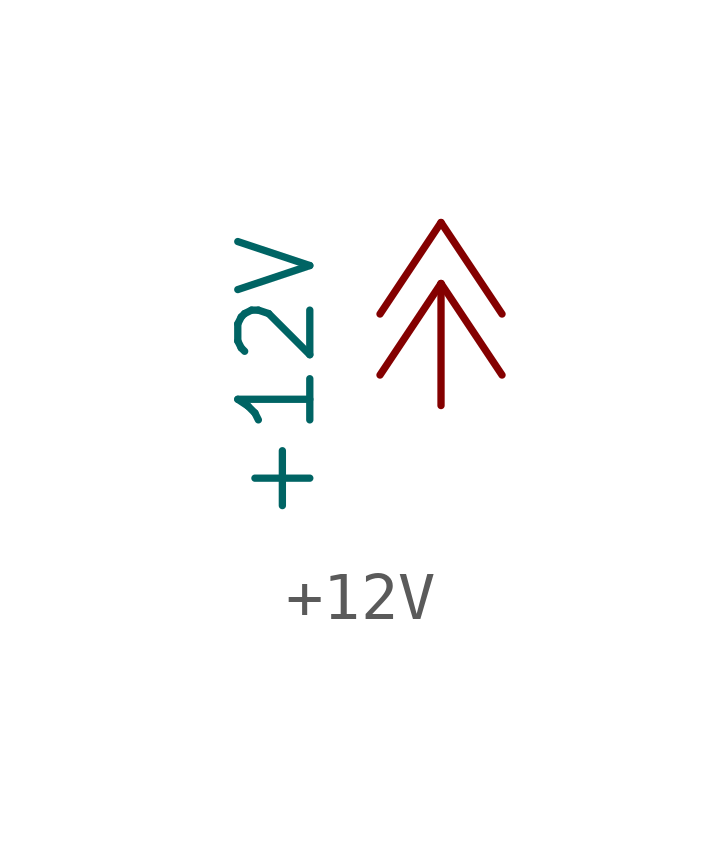
<source format=kicad_sym>
(kicad_symbol_lib
  (version 20211014)
  (generator kicad_symbol_editor)
  (symbol "+12V"
    (power)
    (pin_names
      (offset 1.016))
    (property "Reference" "#P+"
      (at 0 0 0)
      (effects (font (size 1.27 1.27)) hide))
    (property "Value" "+12V"
      (at -2.54 -5.08 90)
      (effects (font (size 1.499 1.499)) (justify left bottom)))
    (property "ki_locked" ""
      (at 0 0 0)
      (effects (font (size 1.27 1.27))))
    (symbol "+12V_1_0"
      (polyline (pts (xy 0 0) (xy -1.27 -1.905)) (stroke (width 0) (type default) (color 0 0 0 0)) (fill (type none)))
      (polyline (pts (xy 0 1.27) (xy -1.27 -0.635)) (stroke (width 0) (type default) (color 0 0 0 0)) (fill (type none)))
      (polyline (pts (xy 1.27 -1.905) (xy 0 0)) (stroke (width 0) (type default) (color 0 0 0 0)) (fill (type none)))
      (polyline (pts (xy 1.27 -0.635) (xy 0 1.27)) (stroke (width 0) (type default) (color 0 0 0 0)) (fill (type none)))
      (pin power_in line (at 0 -2.54 90) (length 2.54) (name "+12V" (effects (font (size 0 0)))) (number "1" (effects (font (size 0 0))))))))
</source>
